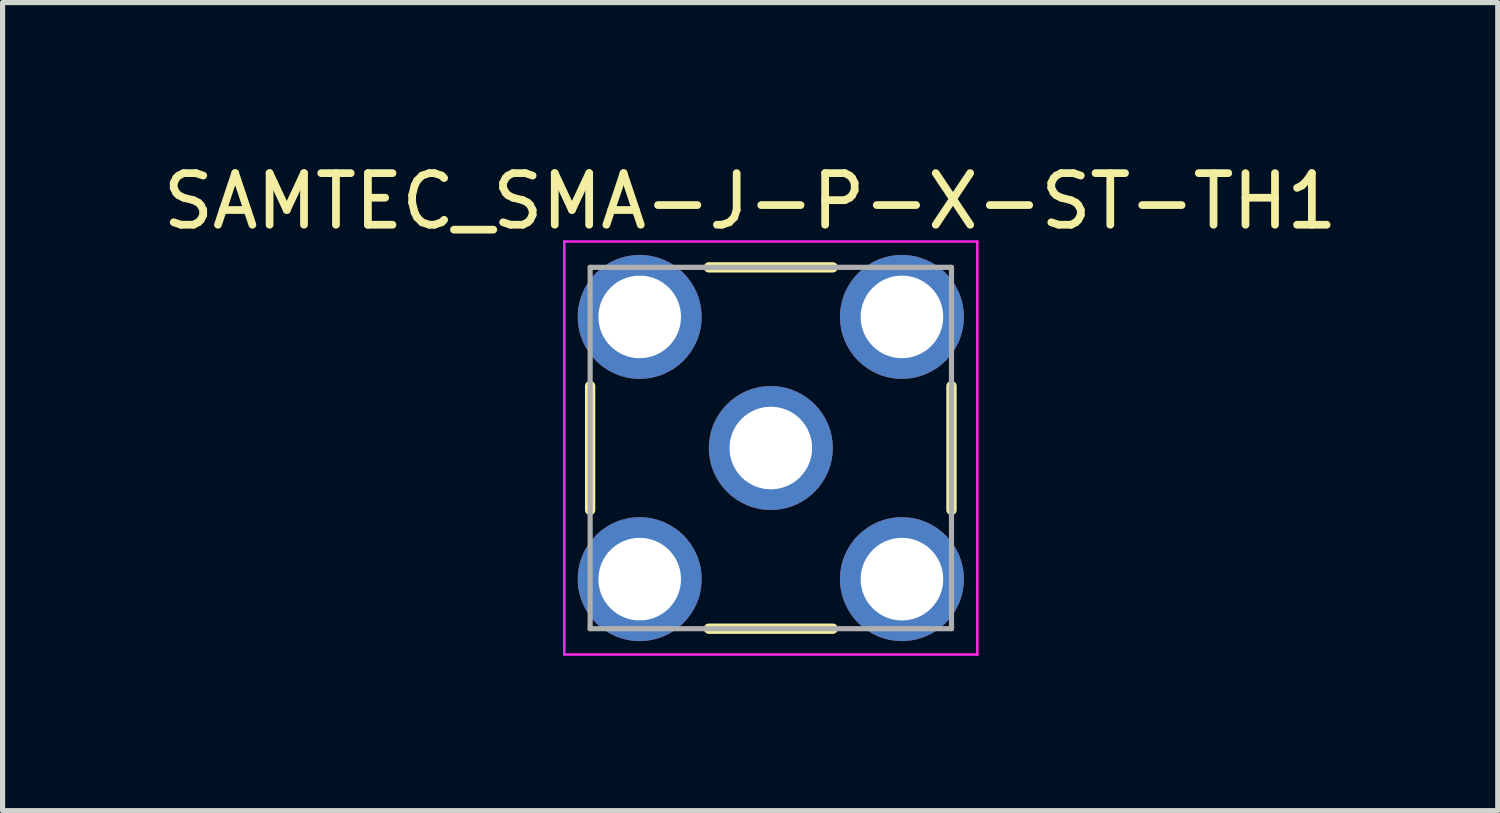
<source format=kicad_pcb>
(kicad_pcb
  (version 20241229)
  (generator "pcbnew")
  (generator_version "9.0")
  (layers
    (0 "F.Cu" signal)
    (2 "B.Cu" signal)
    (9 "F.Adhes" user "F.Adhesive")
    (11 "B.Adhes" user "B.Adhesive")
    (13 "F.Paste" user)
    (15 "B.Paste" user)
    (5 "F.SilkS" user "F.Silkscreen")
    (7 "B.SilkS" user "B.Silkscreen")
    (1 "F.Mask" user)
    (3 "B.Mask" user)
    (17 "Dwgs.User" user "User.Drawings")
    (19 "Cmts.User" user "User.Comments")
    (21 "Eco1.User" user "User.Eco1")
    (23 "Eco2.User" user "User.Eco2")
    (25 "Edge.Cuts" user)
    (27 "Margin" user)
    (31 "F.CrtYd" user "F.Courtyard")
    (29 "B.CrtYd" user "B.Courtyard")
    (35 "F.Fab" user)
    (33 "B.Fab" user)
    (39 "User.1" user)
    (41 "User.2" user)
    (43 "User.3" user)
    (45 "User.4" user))
  (footprint "SAMTEC_SMA-J-P-X-ST-TH1"
    (layer "F.Cu")
    (at 11.882 5.629)
    (property "Reference" "SAMTEC_SMA-J-P-X-ST-TH1" (at -0.4 -4.78 0) (layer "F.SilkS") (effects (font (size 1 1) (thickness 0.15))))
    (attr through_hole)
    (fp_line (start -3.5 1.2) (end -3.5 -1.2) (stroke (width 0.2) (type solid)) (layer "F.SilkS"))
    (fp_line (start -1.2 -3.5) (end 1.2 -3.5) (stroke (width 0.2) (type solid)) (layer "F.SilkS"))
    (fp_line (start 1.2 3.5) (end -1.2 3.5) (stroke (width 0.2) (type solid)) (layer "F.SilkS"))
    (fp_line (start 3.5 1.2) (end 3.5 -1.2) (stroke (width 0.2) (type solid)) (layer "F.SilkS"))
    (fp_line (start -4 -4) (end -4 4) (stroke (width 0.05) (type solid)) (layer "F.CrtYd"))
    (fp_line (start -4 -4) (end 4 -4) (stroke (width 0.05) (type solid)) (layer "F.CrtYd"))
    (fp_line (start 4 -4) (end 4 4) (stroke (width 0.05) (type solid)) (layer "F.CrtYd"))
    (fp_line (start 4 4) (end -4 4) (stroke (width 0.05) (type solid)) (layer "F.CrtYd"))
    (fp_line (start -3.5 -3.5) (end 3.5 -3.5) (stroke (width 0.1) (type solid)) (layer "F.Fab"))
    (fp_line (start -3.5 3.5) (end -3.5 -3.5) (stroke (width 0.1) (type solid)) (layer "F.Fab"))
    (fp_line (start 3.5 -3.5) (end 3.5 3.5) (stroke (width 0.1) (type solid)) (layer "F.Fab"))
    (fp_line (start 3.5 3.5) (end -3.5 3.5) (stroke (width 0.1) (type solid)) (layer "F.Fab"))
    (pad "1" thru_hole circle (at 0 0) (size 2.4 2.4) (drill 1.6) (layers "*.Cu" "*.Mask"))
    (pad "2" thru_hole circle (at -2.54 -2.54) (size 2.4 2.4) (drill 1.6) (layers "*.Cu" "*.Mask"))
    (pad "2" thru_hole circle (at -2.54 2.54) (size 2.4 2.4) (drill 1.6) (layers "*.Cu" "*.Mask"))
    (pad "2" thru_hole circle (at 2.54 -2.54) (size 2.4 2.4) (drill 1.6) (layers "*.Cu" "*.Mask"))
    (pad "2" thru_hole circle (at 2.54 2.54) (size 2.4 2.4) (drill 1.6) (layers "*.Cu" "*.Mask")))
  (gr_rect
    (start -3 -3)
    (end 25.964 12.654)
    (stroke (width 0.1) (type default))
    (fill no)
    (layer "Edge.Cuts")))
</source>
